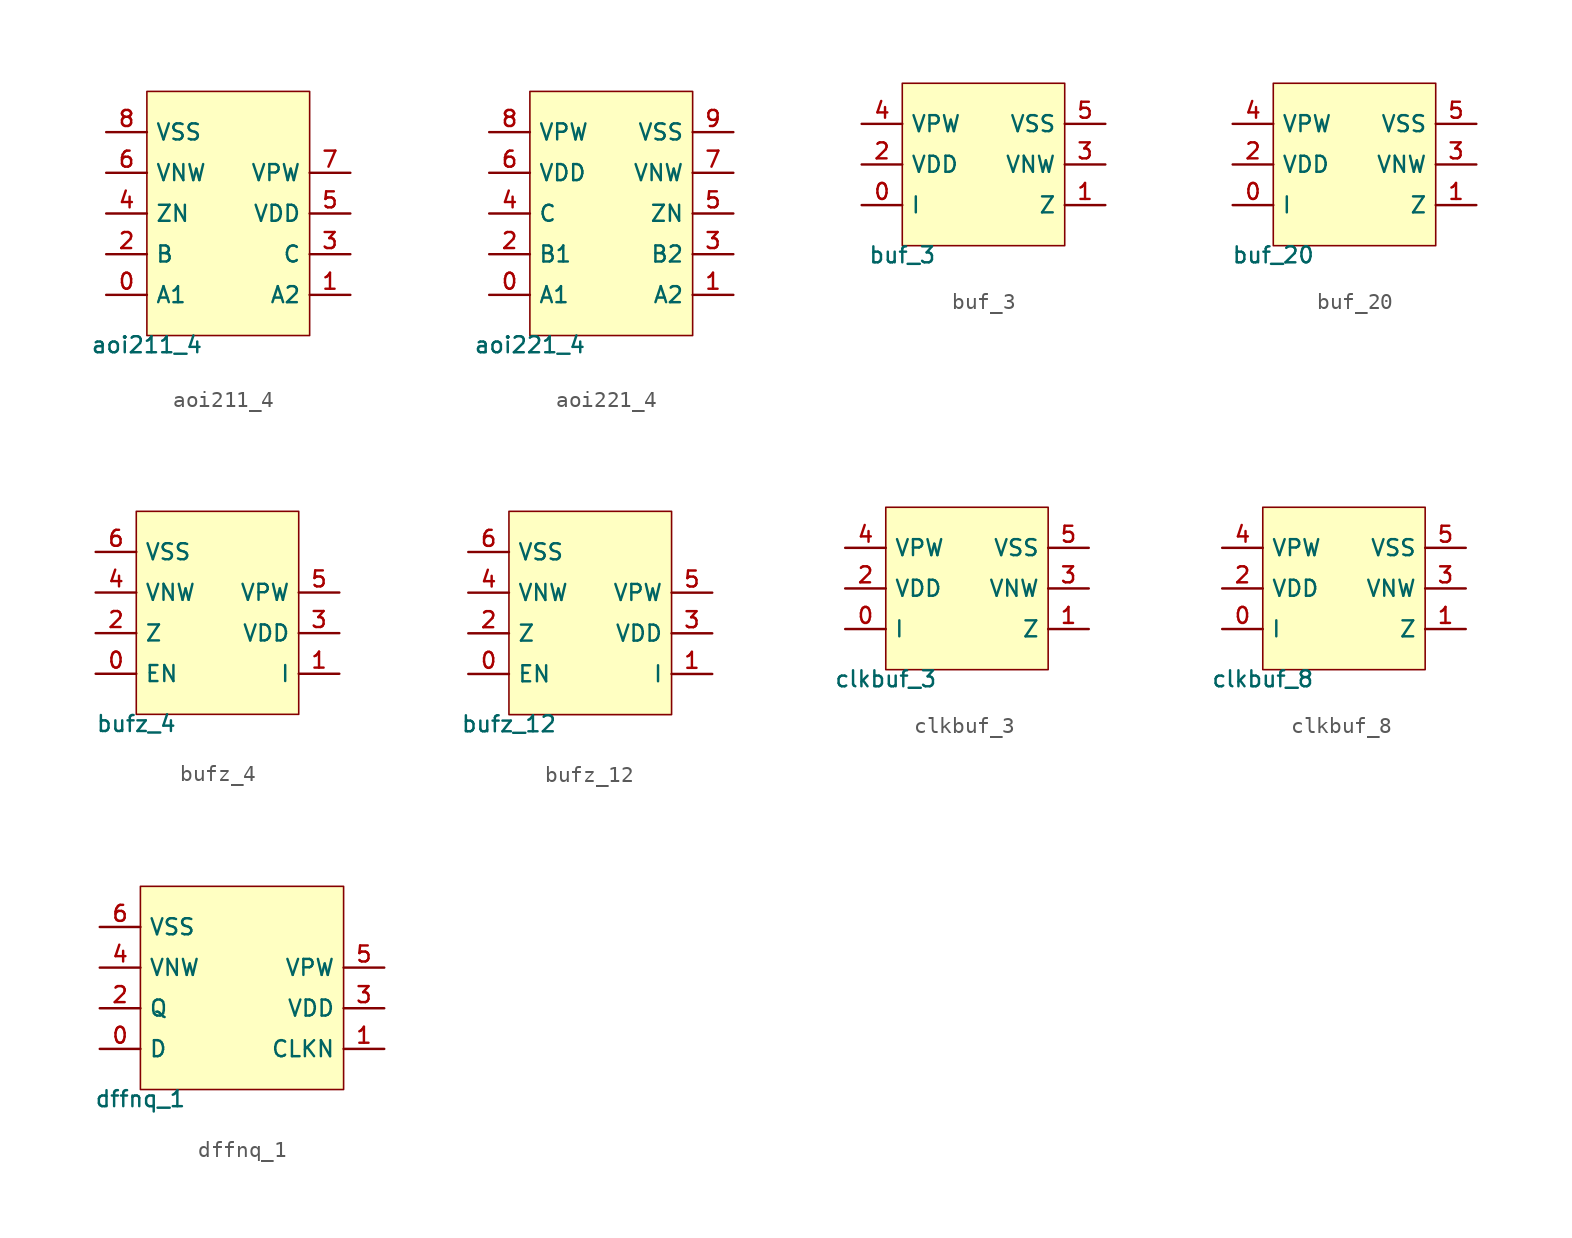
<source format=kicad_sym>
(kicad_symbol_lib
  (version 20211014)
  (generator pdk2kicad)
  (symbol "aoi211_4"
    (property "Reference" "X"
      (at 0 0 0)
      (effects (font (size 1 1)) hide))
    (property "Value" "aoi211_4"
      (at -5.08 -7.62 0)
      (effects (font (size 1 1)) (justify top)))
    (rectangle
      (start -5.08 -7.62)
      (end 5.08 7.62)
      (stroke (width 0.1) (type solid) (color 0 0 0 0))
      (fill (type background)))
    (pin bidirectional line
      (at -7.62 -5.08 0)
      (length 2.54)
      (name "A1" (effects (font (size 1 1)) hide))
      (number "0" (effects (font (size 1 1)) hide)))
    (pin bidirectional line
      (at 7.62 -5.08 180)
      (length 2.54)
      (name "A2" (effects (font (size 1 1)) hide))
      (number "1" (effects (font (size 1 1)) hide)))
    (pin bidirectional line
      (at -7.62 -2.54 0)
      (length 2.54)
      (name "B" (effects (font (size 1 1)) hide))
      (number "2" (effects (font (size 1 1)) hide)))
    (pin bidirectional line
      (at 7.62 -2.54 180)
      (length 2.54)
      (name "C" (effects (font (size 1 1)) hide))
      (number "3" (effects (font (size 1 1)) hide)))
    (pin bidirectional line
      (at -7.62 8.881784197001252e-16 0)
      (length 2.54)
      (name "ZN" (effects (font (size 1 1)) hide))
      (number "4" (effects (font (size 1 1)) hide)))
    (pin bidirectional line
      (at 7.62 8.881784197001252e-16 180)
      (length 2.54)
      (name "VDD" (effects (font (size 1 1)) hide))
      (number "5" (effects (font (size 1 1)) hide)))
    (pin bidirectional line
      (at -7.62 2.54 0)
      (length 2.54)
      (name "VNW" (effects (font (size 1 1)) hide))
      (number "6" (effects (font (size 1 1)) hide)))
    (pin bidirectional line
      (at 7.62 2.54 180)
      (length 2.54)
      (name "VPW" (effects (font (size 1 1)) hide))
      (number "7" (effects (font (size 1 1)) hide)))
    (pin bidirectional line
      (at -7.62 5.08 0)
      (length 2.54)
      (name "VSS" (effects (font (size 1 1)) hide))
      (number "8" (effects (font (size 1 1)) hide))))
  (symbol "aoi221_4"
    (property "Reference" "X"
      (at 0 0 0)
      (effects (font (size 1 1)) hide))
    (property "Value" "aoi221_4"
      (at -5.08 -7.62 0)
      (effects (font (size 1 1)) (justify top)))
    (rectangle
      (start -5.08 -7.62)
      (end 5.08 7.62)
      (stroke (width 0.1) (type solid) (color 0 0 0 0))
      (fill (type background)))
    (pin bidirectional line
      (at -7.62 -5.08 0)
      (length 2.54)
      (name "A1" (effects (font (size 1 1)) hide))
      (number "0" (effects (font (size 1 1)) hide)))
    (pin bidirectional line
      (at 7.62 -5.08 180)
      (length 2.54)
      (name "A2" (effects (font (size 1 1)) hide))
      (number "1" (effects (font (size 1 1)) hide)))
    (pin bidirectional line
      (at -7.62 -2.54 0)
      (length 2.54)
      (name "B1" (effects (font (size 1 1)) hide))
      (number "2" (effects (font (size 1 1)) hide)))
    (pin bidirectional line
      (at 7.62 -2.54 180)
      (length 2.54)
      (name "B2" (effects (font (size 1 1)) hide))
      (number "3" (effects (font (size 1 1)) hide)))
    (pin bidirectional line
      (at -7.62 8.881784197001252e-16 0)
      (length 2.54)
      (name "C" (effects (font (size 1 1)) hide))
      (number "4" (effects (font (size 1 1)) hide)))
    (pin bidirectional line
      (at 7.62 8.881784197001252e-16 180)
      (length 2.54)
      (name "ZN" (effects (font (size 1 1)) hide))
      (number "5" (effects (font (size 1 1)) hide)))
    (pin bidirectional line
      (at -7.62 2.54 0)
      (length 2.54)
      (name "VDD" (effects (font (size 1 1)) hide))
      (number "6" (effects (font (size 1 1)) hide)))
    (pin bidirectional line
      (at 7.62 2.54 180)
      (length 2.54)
      (name "VNW" (effects (font (size 1 1)) hide))
      (number "7" (effects (font (size 1 1)) hide)))
    (pin bidirectional line
      (at -7.62 5.08 0)
      (length 2.54)
      (name "VPW" (effects (font (size 1 1)) hide))
      (number "8" (effects (font (size 1 1)) hide)))
    (pin bidirectional line
      (at 7.62 5.08 180)
      (length 2.54)
      (name "VSS" (effects (font (size 1 1)) hide))
      (number "9" (effects (font (size 1 1)) hide))))
  (symbol "buf_3"
    (property "Reference" "X"
      (at 0 0 0)
      (effects (font (size 1 1)) hide))
    (property "Value" "buf_3"
      (at -5.08 -5.08 0)
      (effects (font (size 1 1)) (justify top)))
    (rectangle
      (start -5.08 -5.08)
      (end 5.08 5.08)
      (stroke (width 0.1) (type solid) (color 0 0 0 0))
      (fill (type background)))
    (pin bidirectional line
      (at -7.62 -2.54 0)
      (length 2.54)
      (name "I" (effects (font (size 1 1)) hide))
      (number "0" (effects (font (size 1 1)) hide)))
    (pin bidirectional line
      (at 7.62 -2.54 180)
      (length 2.54)
      (name "Z" (effects (font (size 1 1)) hide))
      (number "1" (effects (font (size 1 1)) hide)))
    (pin bidirectional line
      (at -7.62 0.0 0)
      (length 2.54)
      (name "VDD" (effects (font (size 1 1)) hide))
      (number "2" (effects (font (size 1 1)) hide)))
    (pin bidirectional line
      (at 7.62 0.0 180)
      (length 2.54)
      (name "VNW" (effects (font (size 1 1)) hide))
      (number "3" (effects (font (size 1 1)) hide)))
    (pin bidirectional line
      (at -7.62 2.54 0)
      (length 2.54)
      (name "VPW" (effects (font (size 1 1)) hide))
      (number "4" (effects (font (size 1 1)) hide)))
    (pin bidirectional line
      (at 7.62 2.54 180)
      (length 2.54)
      (name "VSS" (effects (font (size 1 1)) hide))
      (number "5" (effects (font (size 1 1)) hide))))
  (symbol "buf_20"
    (property "Reference" "X"
      (at 0 0 0)
      (effects (font (size 1 1)) hide))
    (property "Value" "buf_20"
      (at -5.08 -5.08 0)
      (effects (font (size 1 1)) (justify top)))
    (rectangle
      (start -5.08 -5.08)
      (end 5.08 5.08)
      (stroke (width 0.1) (type solid) (color 0 0 0 0))
      (fill (type background)))
    (pin bidirectional line
      (at -7.62 -2.54 0)
      (length 2.54)
      (name "I" (effects (font (size 1 1)) hide))
      (number "0" (effects (font (size 1 1)) hide)))
    (pin bidirectional line
      (at 7.62 -2.54 180)
      (length 2.54)
      (name "Z" (effects (font (size 1 1)) hide))
      (number "1" (effects (font (size 1 1)) hide)))
    (pin bidirectional line
      (at -7.62 0.0 0)
      (length 2.54)
      (name "VDD" (effects (font (size 1 1)) hide))
      (number "2" (effects (font (size 1 1)) hide)))
    (pin bidirectional line
      (at 7.62 0.0 180)
      (length 2.54)
      (name "VNW" (effects (font (size 1 1)) hide))
      (number "3" (effects (font (size 1 1)) hide)))
    (pin bidirectional line
      (at -7.62 2.54 0)
      (length 2.54)
      (name "VPW" (effects (font (size 1 1)) hide))
      (number "4" (effects (font (size 1 1)) hide)))
    (pin bidirectional line
      (at 7.62 2.54 180)
      (length 2.54)
      (name "VSS" (effects (font (size 1 1)) hide))
      (number "5" (effects (font (size 1 1)) hide))))
  (symbol "bufz_4"
    (property "Reference" "X"
      (at 0 0 0)
      (effects (font (size 1 1)) hide))
    (property "Value" "bufz_4"
      (at -5.08 -6.35 0)
      (effects (font (size 1 1)) (justify top)))
    (rectangle
      (start -5.08 -6.35)
      (end 5.08 6.35)
      (stroke (width 0.1) (type solid) (color 0 0 0 0))
      (fill (type background)))
    (pin bidirectional line
      (at -7.62 -3.81 0)
      (length 2.54)
      (name "EN" (effects (font (size 1 1)) hide))
      (number "0" (effects (font (size 1 1)) hide)))
    (pin bidirectional line
      (at 7.62 -3.81 180)
      (length 2.54)
      (name "I" (effects (font (size 1 1)) hide))
      (number "1" (effects (font (size 1 1)) hide)))
    (pin bidirectional line
      (at -7.62 -1.27 0)
      (length 2.54)
      (name "Z" (effects (font (size 1 1)) hide))
      (number "2" (effects (font (size 1 1)) hide)))
    (pin bidirectional line
      (at 7.62 -1.27 180)
      (length 2.54)
      (name "VDD" (effects (font (size 1 1)) hide))
      (number "3" (effects (font (size 1 1)) hide)))
    (pin bidirectional line
      (at -7.62 1.27 0)
      (length 2.54)
      (name "VNW" (effects (font (size 1 1)) hide))
      (number "4" (effects (font (size 1 1)) hide)))
    (pin bidirectional line
      (at 7.62 1.27 180)
      (length 2.54)
      (name "VPW" (effects (font (size 1 1)) hide))
      (number "5" (effects (font (size 1 1)) hide)))
    (pin bidirectional line
      (at -7.62 3.81 0)
      (length 2.54)
      (name "VSS" (effects (font (size 1 1)) hide))
      (number "6" (effects (font (size 1 1)) hide))))
  (symbol "bufz_12"
    (property "Reference" "X"
      (at 0 0 0)
      (effects (font (size 1 1)) hide))
    (property "Value" "bufz_12"
      (at -5.08 -6.35 0)
      (effects (font (size 1 1)) (justify top)))
    (rectangle
      (start -5.08 -6.35)
      (end 5.08 6.35)
      (stroke (width 0.1) (type solid) (color 0 0 0 0))
      (fill (type background)))
    (pin bidirectional line
      (at -7.62 -3.81 0)
      (length 2.54)
      (name "EN" (effects (font (size 1 1)) hide))
      (number "0" (effects (font (size 1 1)) hide)))
    (pin bidirectional line
      (at 7.62 -3.81 180)
      (length 2.54)
      (name "I" (effects (font (size 1 1)) hide))
      (number "1" (effects (font (size 1 1)) hide)))
    (pin bidirectional line
      (at -7.62 -1.27 0)
      (length 2.54)
      (name "Z" (effects (font (size 1 1)) hide))
      (number "2" (effects (font (size 1 1)) hide)))
    (pin bidirectional line
      (at 7.62 -1.27 180)
      (length 2.54)
      (name "VDD" (effects (font (size 1 1)) hide))
      (number "3" (effects (font (size 1 1)) hide)))
    (pin bidirectional line
      (at -7.62 1.27 0)
      (length 2.54)
      (name "VNW" (effects (font (size 1 1)) hide))
      (number "4" (effects (font (size 1 1)) hide)))
    (pin bidirectional line
      (at 7.62 1.27 180)
      (length 2.54)
      (name "VPW" (effects (font (size 1 1)) hide))
      (number "5" (effects (font (size 1 1)) hide)))
    (pin bidirectional line
      (at -7.62 3.81 0)
      (length 2.54)
      (name "VSS" (effects (font (size 1 1)) hide))
      (number "6" (effects (font (size 1 1)) hide))))
  (symbol "clkbuf_3"
    (property "Reference" "X"
      (at 0 0 0)
      (effects (font (size 1 1)) hide))
    (property "Value" "clkbuf_3"
      (at -5.08 -5.08 0)
      (effects (font (size 1 1)) (justify top)))
    (rectangle
      (start -5.08 -5.08)
      (end 5.08 5.08)
      (stroke (width 0.1) (type solid) (color 0 0 0 0))
      (fill (type background)))
    (pin bidirectional line
      (at -7.62 -2.54 0)
      (length 2.54)
      (name "I" (effects (font (size 1 1)) hide))
      (number "0" (effects (font (size 1 1)) hide)))
    (pin bidirectional line
      (at 7.62 -2.54 180)
      (length 2.54)
      (name "Z" (effects (font (size 1 1)) hide))
      (number "1" (effects (font (size 1 1)) hide)))
    (pin bidirectional line
      (at -7.62 0.0 0)
      (length 2.54)
      (name "VDD" (effects (font (size 1 1)) hide))
      (number "2" (effects (font (size 1 1)) hide)))
    (pin bidirectional line
      (at 7.62 0.0 180)
      (length 2.54)
      (name "VNW" (effects (font (size 1 1)) hide))
      (number "3" (effects (font (size 1 1)) hide)))
    (pin bidirectional line
      (at -7.62 2.54 0)
      (length 2.54)
      (name "VPW" (effects (font (size 1 1)) hide))
      (number "4" (effects (font (size 1 1)) hide)))
    (pin bidirectional line
      (at 7.62 2.54 180)
      (length 2.54)
      (name "VSS" (effects (font (size 1 1)) hide))
      (number "5" (effects (font (size 1 1)) hide))))
  (symbol "clkbuf_8"
    (property "Reference" "X"
      (at 0 0 0)
      (effects (font (size 1 1)) hide))
    (property "Value" "clkbuf_8"
      (at -5.08 -5.08 0)
      (effects (font (size 1 1)) (justify top)))
    (rectangle
      (start -5.08 -5.08)
      (end 5.08 5.08)
      (stroke (width 0.1) (type solid) (color 0 0 0 0))
      (fill (type background)))
    (pin bidirectional line
      (at -7.62 -2.54 0)
      (length 2.54)
      (name "I" (effects (font (size 1 1)) hide))
      (number "0" (effects (font (size 1 1)) hide)))
    (pin bidirectional line
      (at 7.62 -2.54 180)
      (length 2.54)
      (name "Z" (effects (font (size 1 1)) hide))
      (number "1" (effects (font (size 1 1)) hide)))
    (pin bidirectional line
      (at -7.62 0.0 0)
      (length 2.54)
      (name "VDD" (effects (font (size 1 1)) hide))
      (number "2" (effects (font (size 1 1)) hide)))
    (pin bidirectional line
      (at 7.62 0.0 180)
      (length 2.54)
      (name "VNW" (effects (font (size 1 1)) hide))
      (number "3" (effects (font (size 1 1)) hide)))
    (pin bidirectional line
      (at -7.62 2.54 0)
      (length 2.54)
      (name "VPW" (effects (font (size 1 1)) hide))
      (number "4" (effects (font (size 1 1)) hide)))
    (pin bidirectional line
      (at 7.62 2.54 180)
      (length 2.54)
      (name "VSS" (effects (font (size 1 1)) hide))
      (number "5" (effects (font (size 1 1)) hide))))
  (symbol "dffnq_1"
    (property "Reference" "X"
      (at 0 0 0)
      (effects (font (size 1 1)) hide))
    (property "Value" "dffnq_1"
      (at -6.35 -6.35 0)
      (effects (font (size 1 1)) (justify top)))
    (rectangle
      (start -6.35 -6.35)
      (end 6.35 6.35)
      (stroke (width 0.1) (type solid) (color 0 0 0 0))
      (fill (type background)))
    (pin bidirectional line
      (at -8.89 -3.81 0)
      (length 2.54)
      (name "D" (effects (font (size 1 1)) hide))
      (number "0" (effects (font (size 1 1)) hide)))
    (pin bidirectional line
      (at 8.89 -3.81 180)
      (length 2.54)
      (name "CLKN" (effects (font (size 1 1)) hide))
      (number "1" (effects (font (size 1 1)) hide)))
    (pin bidirectional line
      (at -8.89 -1.27 0)
      (length 2.54)
      (name "Q" (effects (font (size 1 1)) hide))
      (number "2" (effects (font (size 1 1)) hide)))
    (pin bidirectional line
      (at 8.89 -1.27 180)
      (length 2.54)
      (name "VDD" (effects (font (size 1 1)) hide))
      (number "3" (effects (font (size 1 1)) hide)))
    (pin bidirectional line
      (at -8.89 1.27 0)
      (length 2.54)
      (name "VNW" (effects (font (size 1 1)) hide))
      (number "4" (effects (font (size 1 1)) hide)))
    (pin bidirectional line
      (at 8.89 1.27 180)
      (length 2.54)
      (name "VPW" (effects (font (size 1 1)) hide))
      (number "5" (effects (font (size 1 1)) hide)))
    (pin bidirectional line
      (at -8.89 3.81 0)
      (length 2.54)
      (name "VSS" (effects (font (size 1 1)) hide))
      (number "6" (effects (font (size 1 1)) hide)))))
</source>
